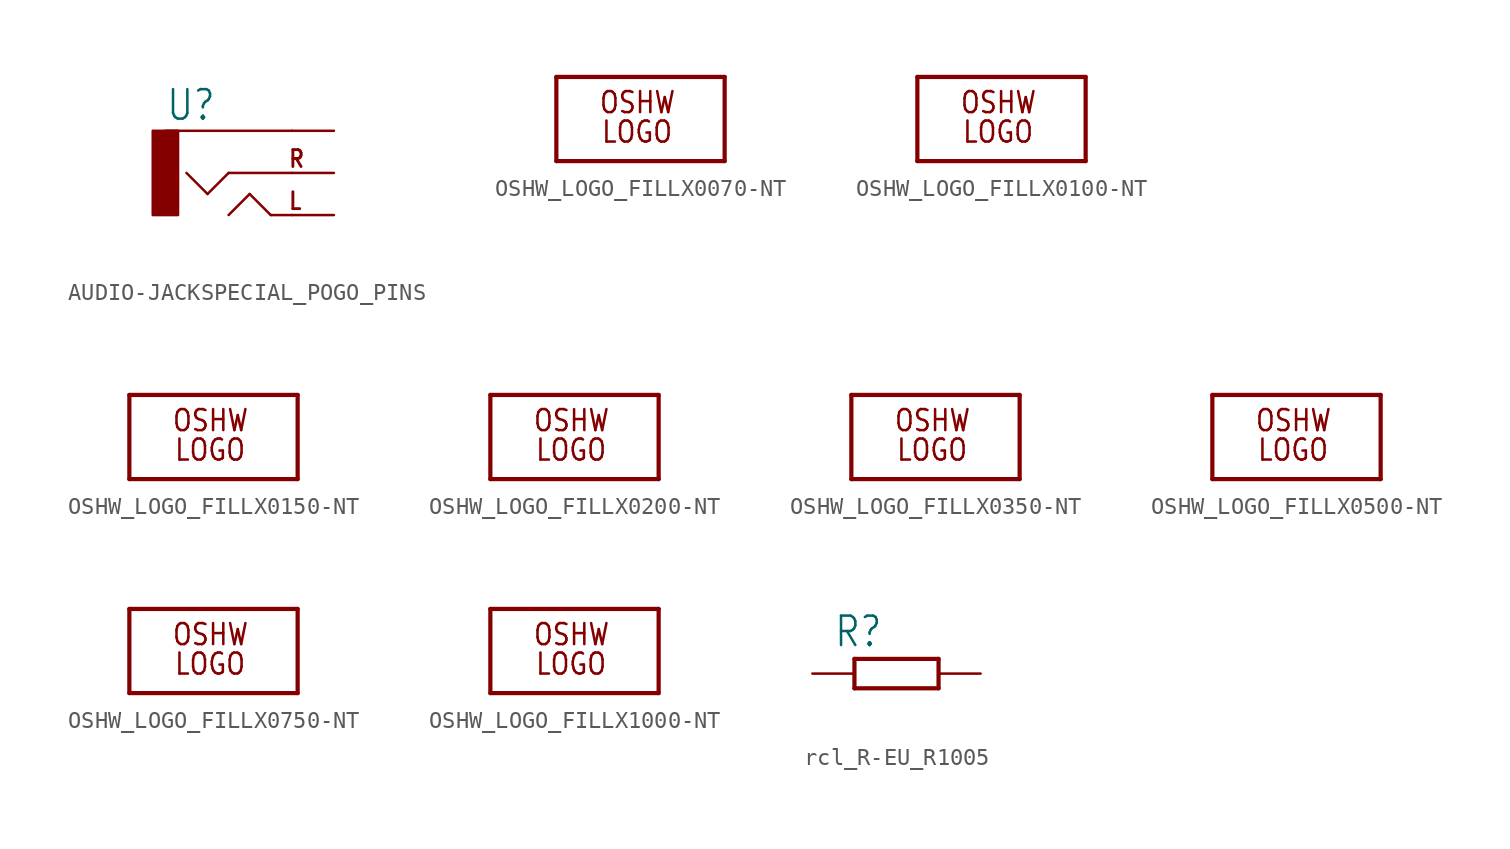
<source format=kicad_sym>
(kicad_symbol_lib
  (version 20231120)
  (generator "kicad_symbol_editor")
  (generator_version "8.0")
  (symbol "AUDIO-JACKSPECIAL_POGO_PINS"
    (property "Reference" "U"
      (at -5.08 3.048 0)
      (effects (font (size 1.778 1.511)) (justify left bottom)))
    (property "Value" ""
      (at -5.08 -5.08 0)
      (effects (font (size 1.778 1.511)) (justify left bottom)))
    (property "ki_locked" ""
      (at 0 0 0)
      (effects (font (size 1.27 1.27))))
    (symbol "AUDIO-JACKSPECIAL_POGO_PINS_1_0"
      (rectangle (start -5.842 2.54) (end -4.318 -2.54) (stroke (width 0) (type default)) (fill (type outline)))
      (polyline (pts (xy -2.54 -1.27) (xy -3.81 0)) (stroke (width 0.152) (type solid)) (fill (type none)))
      (polyline (pts (xy -1.27 -2.54) (xy 0 -1.27)) (stroke (width 0.152) (type solid)) (fill (type none)))
      (polyline (pts (xy -1.27 0) (xy -2.54 -1.27)) (stroke (width 0.152) (type solid)) (fill (type none)))
      (polyline (pts (xy 0 -1.27) (xy 1.27 -2.54)) (stroke (width 0.152) (type solid)) (fill (type none)))
      (polyline (pts (xy 1.27 -2.54) (xy 2.54 -2.54)) (stroke (width 0.152) (type solid)) (fill (type none)))
      (polyline (pts (xy 2.54 0) (xy -1.27 0)) (stroke (width 0.152) (type solid)) (fill (type none)))
      (polyline (pts (xy 2.54 2.54) (xy -5.08 2.54)) (stroke (width 0.152) (type solid)) (fill (type none)))
      (text "L" (at 2.286 -2.286 0) (effects (font (size 1.016 0.864) (thickness 0.173) (bold yes)) (justify left bottom)))
      (text "R" (at 2.286 0.254 0) (effects (font (size 1.016 0.864) (thickness 0.173) (bold yes)) (justify left bottom)))
      (pin bidirectional line (at 5.08 2.54 180) (length 2.54) (name "SLEEVE" (effects (font (size 0 0)))) (number "RING1" (effects (font (size 0 0)))))
      (pin bidirectional line (at 5.08 -2.54 180) (length 2.54) (name "LEFT" (effects (font (size 0 0)))) (number "SHIELD" (effects (font (size 0 0)))))
      (pin bidirectional line (at 5.08 0 180) (length 2.54) (name "RIGHT" (effects (font (size 0 0)))) (number "TIP" (effects (font (size 0 0)))))))
  (symbol "OSHW_LOGO_FILLX0070-NT"
    (property "Reference" "LOGO"
      (at 0 0 0)
      (effects (font (size 1.27 1.27)) (hide yes)))
    (property "ki_locked" ""
      (at 0 0 0)
      (effects (font (size 1.27 1.27))))
    (symbol "OSHW_LOGO_FILLX0070-NT_1_0"
      (polyline (pts (xy -5.08 -2.54) (xy -5.08 2.54)) (stroke (width 0.254) (type solid)) (fill (type none)))
      (polyline (pts (xy -5.08 2.54) (xy 5.08 2.54)) (stroke (width 0.254) (type solid)) (fill (type none)))
      (polyline (pts (xy 5.08 -2.54) (xy -5.08 -2.54)) (stroke (width 0.254) (type solid)) (fill (type none)))
      (polyline (pts (xy 5.08 2.54) (xy 5.08 -2.54)) (stroke (width 0.254) (type solid)) (fill (type none)))
      (text "LOGO" (at -2.413 -1.524 0) (effects (font (size 1.27 1.079)) (justify left bottom)))
      (text "OSHW" (at -2.54 0.254 0) (effects (font (size 1.27 1.079)) (justify left bottom)))))
  (symbol "OSHW_LOGO_FILLX0100-NT"
    (property "Reference" "LOGO"
      (at 0 0 0)
      (effects (font (size 1.27 1.27)) (hide yes)))
    (property "ki_locked" ""
      (at 0 0 0)
      (effects (font (size 1.27 1.27))))
    (symbol "OSHW_LOGO_FILLX0100-NT_1_0"
      (polyline (pts (xy -5.08 -2.54) (xy -5.08 2.54)) (stroke (width 0.254) (type solid)) (fill (type none)))
      (polyline (pts (xy -5.08 2.54) (xy 5.08 2.54)) (stroke (width 0.254) (type solid)) (fill (type none)))
      (polyline (pts (xy 5.08 -2.54) (xy -5.08 -2.54)) (stroke (width 0.254) (type solid)) (fill (type none)))
      (polyline (pts (xy 5.08 2.54) (xy 5.08 -2.54)) (stroke (width 0.254) (type solid)) (fill (type none)))
      (text "LOGO" (at -2.413 -1.524 0) (effects (font (size 1.27 1.079)) (justify left bottom)))
      (text "OSHW" (at -2.54 0.254 0) (effects (font (size 1.27 1.079)) (justify left bottom)))))
  (symbol "OSHW_LOGO_FILLX0150-NT"
    (property "Reference" "LOGO"
      (at 0 0 0)
      (effects (font (size 1.27 1.27)) (hide yes)))
    (property "ki_locked" ""
      (at 0 0 0)
      (effects (font (size 1.27 1.27))))
    (symbol "OSHW_LOGO_FILLX0150-NT_1_0"
      (polyline (pts (xy -5.08 -2.54) (xy -5.08 2.54)) (stroke (width 0.254) (type solid)) (fill (type none)))
      (polyline (pts (xy -5.08 2.54) (xy 5.08 2.54)) (stroke (width 0.254) (type solid)) (fill (type none)))
      (polyline (pts (xy 5.08 -2.54) (xy -5.08 -2.54)) (stroke (width 0.254) (type solid)) (fill (type none)))
      (polyline (pts (xy 5.08 2.54) (xy 5.08 -2.54)) (stroke (width 0.254) (type solid)) (fill (type none)))
      (text "LOGO" (at -2.413 -1.524 0) (effects (font (size 1.27 1.079)) (justify left bottom)))
      (text "OSHW" (at -2.54 0.254 0) (effects (font (size 1.27 1.079)) (justify left bottom)))))
  (symbol "OSHW_LOGO_FILLX0200-NT"
    (property "Reference" "LOGO"
      (at 0 0 0)
      (effects (font (size 1.27 1.27)) (hide yes)))
    (property "ki_locked" ""
      (at 0 0 0)
      (effects (font (size 1.27 1.27))))
    (symbol "OSHW_LOGO_FILLX0200-NT_1_0"
      (polyline (pts (xy -5.08 -2.54) (xy -5.08 2.54)) (stroke (width 0.254) (type solid)) (fill (type none)))
      (polyline (pts (xy -5.08 2.54) (xy 5.08 2.54)) (stroke (width 0.254) (type solid)) (fill (type none)))
      (polyline (pts (xy 5.08 -2.54) (xy -5.08 -2.54)) (stroke (width 0.254) (type solid)) (fill (type none)))
      (polyline (pts (xy 5.08 2.54) (xy 5.08 -2.54)) (stroke (width 0.254) (type solid)) (fill (type none)))
      (text "LOGO" (at -2.413 -1.524 0) (effects (font (size 1.27 1.079)) (justify left bottom)))
      (text "OSHW" (at -2.54 0.254 0) (effects (font (size 1.27 1.079)) (justify left bottom)))))
  (symbol "OSHW_LOGO_FILLX0350-NT"
    (property "Reference" "LOGO"
      (at 0 0 0)
      (effects (font (size 1.27 1.27)) (hide yes)))
    (property "ki_locked" ""
      (at 0 0 0)
      (effects (font (size 1.27 1.27))))
    (symbol "OSHW_LOGO_FILLX0350-NT_1_0"
      (polyline (pts (xy -5.08 -2.54) (xy -5.08 2.54)) (stroke (width 0.254) (type solid)) (fill (type none)))
      (polyline (pts (xy -5.08 2.54) (xy 5.08 2.54)) (stroke (width 0.254) (type solid)) (fill (type none)))
      (polyline (pts (xy 5.08 -2.54) (xy -5.08 -2.54)) (stroke (width 0.254) (type solid)) (fill (type none)))
      (polyline (pts (xy 5.08 2.54) (xy 5.08 -2.54)) (stroke (width 0.254) (type solid)) (fill (type none)))
      (text "LOGO" (at -2.413 -1.524 0) (effects (font (size 1.27 1.079)) (justify left bottom)))
      (text "OSHW" (at -2.54 0.254 0) (effects (font (size 1.27 1.079)) (justify left bottom)))))
  (symbol "OSHW_LOGO_FILLX0500-NT"
    (property "Reference" "LOGO"
      (at 0 0 0)
      (effects (font (size 1.27 1.27)) (hide yes)))
    (property "ki_locked" ""
      (at 0 0 0)
      (effects (font (size 1.27 1.27))))
    (symbol "OSHW_LOGO_FILLX0500-NT_1_0"
      (polyline (pts (xy -5.08 -2.54) (xy -5.08 2.54)) (stroke (width 0.254) (type solid)) (fill (type none)))
      (polyline (pts (xy -5.08 2.54) (xy 5.08 2.54)) (stroke (width 0.254) (type solid)) (fill (type none)))
      (polyline (pts (xy 5.08 -2.54) (xy -5.08 -2.54)) (stroke (width 0.254) (type solid)) (fill (type none)))
      (polyline (pts (xy 5.08 2.54) (xy 5.08 -2.54)) (stroke (width 0.254) (type solid)) (fill (type none)))
      (text "LOGO" (at -2.413 -1.524 0) (effects (font (size 1.27 1.079)) (justify left bottom)))
      (text "OSHW" (at -2.54 0.254 0) (effects (font (size 1.27 1.079)) (justify left bottom)))))
  (symbol "OSHW_LOGO_FILLX0750-NT"
    (property "Reference" "LOGO"
      (at 0 0 0)
      (effects (font (size 1.27 1.27)) (hide yes)))
    (property "ki_locked" ""
      (at 0 0 0)
      (effects (font (size 1.27 1.27))))
    (symbol "OSHW_LOGO_FILLX0750-NT_1_0"
      (polyline (pts (xy -5.08 -2.54) (xy -5.08 2.54)) (stroke (width 0.254) (type solid)) (fill (type none)))
      (polyline (pts (xy -5.08 2.54) (xy 5.08 2.54)) (stroke (width 0.254) (type solid)) (fill (type none)))
      (polyline (pts (xy 5.08 -2.54) (xy -5.08 -2.54)) (stroke (width 0.254) (type solid)) (fill (type none)))
      (polyline (pts (xy 5.08 2.54) (xy 5.08 -2.54)) (stroke (width 0.254) (type solid)) (fill (type none)))
      (text "LOGO" (at -2.413 -1.524 0) (effects (font (size 1.27 1.079)) (justify left bottom)))
      (text "OSHW" (at -2.54 0.254 0) (effects (font (size 1.27 1.079)) (justify left bottom)))))
  (symbol "OSHW_LOGO_FILLX1000-NT"
    (property "Reference" "LOGO"
      (at 0 0 0)
      (effects (font (size 1.27 1.27)) (hide yes)))
    (property "ki_locked" ""
      (at 0 0 0)
      (effects (font (size 1.27 1.27))))
    (symbol "OSHW_LOGO_FILLX1000-NT_1_0"
      (polyline (pts (xy -5.08 -2.54) (xy -5.08 2.54)) (stroke (width 0.254) (type solid)) (fill (type none)))
      (polyline (pts (xy -5.08 2.54) (xy 5.08 2.54)) (stroke (width 0.254) (type solid)) (fill (type none)))
      (polyline (pts (xy 5.08 -2.54) (xy -5.08 -2.54)) (stroke (width 0.254) (type solid)) (fill (type none)))
      (polyline (pts (xy 5.08 2.54) (xy 5.08 -2.54)) (stroke (width 0.254) (type solid)) (fill (type none)))
      (text "LOGO" (at -2.413 -1.524 0) (effects (font (size 1.27 1.079)) (justify left bottom)))
      (text "OSHW" (at -2.54 0.254 0) (effects (font (size 1.27 1.079)) (justify left bottom)))))
  (symbol "rcl_R-EU_R1005"
    (property "Reference" "R"
      (at -3.81 1.499 0)
      (effects (font (size 1.778 1.511)) (justify left bottom)))
    (property "Value" ""
      (at -3.81 -3.302 0)
      (effects (font (size 1.778 1.511)) (justify left bottom)))
    (property "ki_locked" ""
      (at 0 0 0)
      (effects (font (size 1.27 1.27))))
    (symbol "rcl_R-EU_R1005_1_0"
      (polyline (pts (xy -2.54 -0.889) (xy -2.54 0.889)) (stroke (width 0.254) (type solid)) (fill (type none)))
      (polyline (pts (xy -2.54 -0.889) (xy 2.54 -0.889)) (stroke (width 0.254) (type solid)) (fill (type none)))
      (polyline (pts (xy 2.54 -0.889) (xy 2.54 0.889)) (stroke (width 0.254) (type solid)) (fill (type none)))
      (polyline (pts (xy 2.54 0.889) (xy -2.54 0.889)) (stroke (width 0.254) (type solid)) (fill (type none)))
      (pin passive line (at -5.08 0 0) (length 2.54) (name "1" (effects (font (size 0 0)))) (number "1" (effects (font (size 0 0)))))
      (pin passive line (at 5.08 0 180) (length 2.54) (name "2" (effects (font (size 0 0)))) (number "2" (effects (font (size 0 0))))))))
</source>
